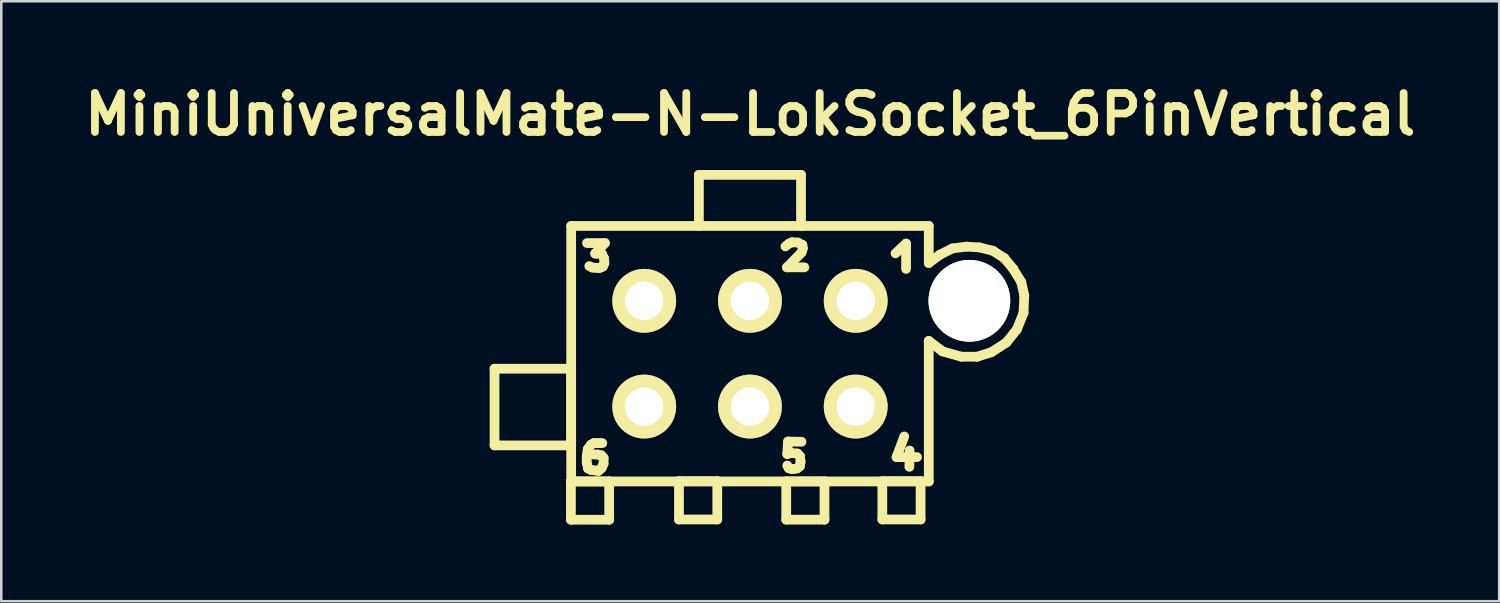
<source format=kicad_pcb>
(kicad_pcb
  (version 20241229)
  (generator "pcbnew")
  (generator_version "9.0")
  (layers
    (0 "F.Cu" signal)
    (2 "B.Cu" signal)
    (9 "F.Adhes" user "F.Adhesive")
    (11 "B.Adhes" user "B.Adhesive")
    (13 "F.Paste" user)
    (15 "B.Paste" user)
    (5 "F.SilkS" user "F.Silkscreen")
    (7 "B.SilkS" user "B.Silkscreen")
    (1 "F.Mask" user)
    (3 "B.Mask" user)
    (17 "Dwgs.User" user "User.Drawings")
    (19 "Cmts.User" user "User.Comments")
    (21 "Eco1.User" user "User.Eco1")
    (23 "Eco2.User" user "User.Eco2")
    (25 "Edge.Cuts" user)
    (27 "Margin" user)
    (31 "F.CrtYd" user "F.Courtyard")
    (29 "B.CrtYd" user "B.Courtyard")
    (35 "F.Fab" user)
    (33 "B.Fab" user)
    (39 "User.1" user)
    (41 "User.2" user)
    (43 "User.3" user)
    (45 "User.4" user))
  (footprint "MiniUniversalMate-N-LokSocket_6PinVertical"
    (layer "F.Cu")
    (at 26.311 10.797)
    (property "Reference" "MiniUniversalMate-N-LokSocket_6PinVertical" (at 0.01 -9.37 0) (layer "F.SilkS") (effects (font (size 1.524 1.524) (thickness 0.305))))
    (attr through_hole)
    (fp_line (start -10 0.589) (end -7 0.589) (stroke (width 0.381) (type solid)) (layer "F.SilkS"))
    (fp_line (start -10 3.589) (end -10 0.589) (stroke (width 0.381) (type solid)) (layer "F.SilkS"))
    (fp_line (start -7.01 5.001) (end -5.512 5.001) (stroke (width 0.381) (type solid)) (layer "F.SilkS"))
    (fp_line (start -7.01 6.5) (end -7.01 5.001) (stroke (width 0.381) (type solid)) (layer "F.SilkS"))
    (fp_line (start -7 -5.001) (end 7 -5.001) (stroke (width 0.381) (type solid)) (layer "F.SilkS"))
    (fp_line (start -7 0.589) (end -7 3.589) (stroke (width 0.381) (type solid)) (layer "F.SilkS"))
    (fp_line (start -7 3.589) (end -10 3.589) (stroke (width 0.381) (type solid)) (layer "F.SilkS"))
    (fp_line (start -7 5.001) (end -7 -5.001) (stroke (width 0.381) (type solid)) (layer "F.SilkS"))
    (fp_line (start -6.391 4.011) (end -6.391 4.27) (stroke (width 0.381) (type solid)) (layer "F.SilkS"))
    (fp_line (start -6.391 4.27) (end -6.34 4.491) (stroke (width 0.381) (type solid)) (layer "F.SilkS"))
    (fp_line (start -6.38 -4.331) (end -5.679 -4.331) (stroke (width 0.381) (type solid)) (layer "F.SilkS"))
    (fp_line (start -6.35 3.739) (end -6.391 4.011) (stroke (width 0.381) (type solid)) (layer "F.SilkS"))
    (fp_line (start -6.34 4.491) (end -6.22 4.549) (stroke (width 0.381) (type solid)) (layer "F.SilkS"))
    (fp_line (start -6.22 3.561) (end -6.35 3.739) (stroke (width 0.381) (type solid)) (layer "F.SilkS"))
    (fp_line (start -6.22 4.549) (end -5.941 4.59) (stroke (width 0.381) (type solid)) (layer "F.SilkS"))
    (fp_line (start -6.16 -3.371) (end -6.289 -3.429) (stroke (width 0.381) (type solid)) (layer "F.SilkS"))
    (fp_line (start -6.111 3.5) (end -6.22 3.561) (stroke (width 0.381) (type solid)) (layer "F.SilkS"))
    (fp_line (start -6.06 -3.919) (end -5.791 -3.899) (stroke (width 0.381) (type solid)) (layer "F.SilkS"))
    (fp_line (start -5.989 -3.36) (end -6.16 -3.371) (stroke (width 0.381) (type solid)) (layer "F.SilkS"))
    (fp_line (start -5.951 3.95) (end -6.2 3.94) (stroke (width 0.381) (type solid)) (layer "F.SilkS"))
    (fp_line (start -5.941 4.59) (end -5.809 4.481) (stroke (width 0.381) (type solid)) (layer "F.SilkS"))
    (fp_line (start -5.88 -3.36) (end -5.989 -3.36) (stroke (width 0.381) (type solid)) (layer "F.SilkS"))
    (fp_line (start -5.88 3.5) (end -6.111 3.5) (stroke (width 0.381) (type solid)) (layer "F.SilkS"))
    (fp_line (start -5.819 3.98) (end -5.951 3.95) (stroke (width 0.381) (type solid)) (layer "F.SilkS"))
    (fp_line (start -5.809 4.481) (end -5.73 4.3) (stroke (width 0.381) (type solid)) (layer "F.SilkS"))
    (fp_line (start -5.791 -3.899) (end -5.71 -3.731) (stroke (width 0.381) (type solid)) (layer "F.SilkS"))
    (fp_line (start -5.781 3.5) (end -5.88 3.5) (stroke (width 0.381) (type solid)) (layer "F.SilkS"))
    (fp_line (start -5.761 -3.411) (end -5.88 -3.36) (stroke (width 0.381) (type solid)) (layer "F.SilkS"))
    (fp_line (start -5.73 4.079) (end -5.819 3.98) (stroke (width 0.381) (type solid)) (layer "F.SilkS"))
    (fp_line (start -5.73 4.3) (end -5.73 4.079) (stroke (width 0.381) (type solid)) (layer "F.SilkS"))
    (fp_line (start -5.71 -3.731) (end -5.7 -3.541) (stroke (width 0.381) (type solid)) (layer "F.SilkS"))
    (fp_line (start -5.7 -3.541) (end -5.761 -3.411) (stroke (width 0.381) (type solid)) (layer "F.SilkS"))
    (fp_line (start -5.679 -4.331) (end -6.06 -3.919) (stroke (width 0.381) (type solid)) (layer "F.SilkS"))
    (fp_line (start -5.512 5.001) (end -5.512 6.5) (stroke (width 0.381) (type solid)) (layer "F.SilkS"))
    (fp_line (start -5.512 6.5) (end -7.01 6.5) (stroke (width 0.381) (type solid)) (layer "F.SilkS"))
    (fp_line (start -2.779 4.991) (end -1.28 4.991) (stroke (width 0.381) (type solid)) (layer "F.SilkS"))
    (fp_line (start -2.779 6.49) (end -2.779 4.991) (stroke (width 0.381) (type solid)) (layer "F.SilkS"))
    (fp_line (start -1.999 -7) (end -1.999 -5.001) (stroke (width 0.381) (type solid)) (layer "F.SilkS"))
    (fp_line (start -1.28 4.991) (end -1.28 6.49) (stroke (width 0.381) (type solid)) (layer "F.SilkS"))
    (fp_line (start -1.28 6.49) (end -2.779 6.49) (stroke (width 0.381) (type solid)) (layer "F.SilkS"))
    (fp_line (start 1.389 -4.201) (end 1.529 -4.31) (stroke (width 0.381) (type solid)) (layer "F.SilkS"))
    (fp_line (start 1.42 4.999) (end 2.918 4.999) (stroke (width 0.381) (type solid)) (layer "F.SilkS"))
    (fp_line (start 1.42 6.497) (end 1.42 4.999) (stroke (width 0.381) (type solid)) (layer "F.SilkS"))
    (fp_line (start 1.45 -3.381) (end 2.131 -3.381) (stroke (width 0.381) (type solid)) (layer "F.SilkS"))
    (fp_line (start 1.46 3.929) (end 1.61 3.889) (stroke (width 0.381) (type solid)) (layer "F.SilkS"))
    (fp_line (start 1.491 3.439) (end 1.46 3.929) (stroke (width 0.381) (type solid)) (layer "F.SilkS"))
    (fp_line (start 1.519 4.481) (end 1.46 4.379) (stroke (width 0.381) (type solid)) (layer "F.SilkS"))
    (fp_line (start 1.529 -4.31) (end 1.641 -4.361) (stroke (width 0.381) (type solid)) (layer "F.SilkS"))
    (fp_line (start 1.61 3.889) (end 1.859 3.909) (stroke (width 0.381) (type solid)) (layer "F.SilkS"))
    (fp_line (start 1.621 4.511) (end 1.519 4.481) (stroke (width 0.381) (type solid)) (layer "F.SilkS"))
    (fp_line (start 1.641 -4.361) (end 1.88 -4.351) (stroke (width 0.381) (type solid)) (layer "F.SilkS"))
    (fp_line (start 1.679 4.521) (end 1.621 4.511) (stroke (width 0.381) (type solid)) (layer "F.SilkS"))
    (fp_line (start 1.849 4.491) (end 1.679 4.521) (stroke (width 0.381) (type solid)) (layer "F.SilkS"))
    (fp_line (start 1.859 3.909) (end 1.961 4.021) (stroke (width 0.381) (type solid)) (layer "F.SilkS"))
    (fp_line (start 1.88 -4.351) (end 2.05 -4.26) (stroke (width 0.381) (type solid)) (layer "F.SilkS"))
    (fp_line (start 1.951 4.409) (end 1.849 4.491) (stroke (width 0.381) (type solid)) (layer "F.SilkS"))
    (fp_line (start 1.961 4.021) (end 1.981 4.229) (stroke (width 0.381) (type solid)) (layer "F.SilkS"))
    (fp_line (start 1.981 4.229) (end 1.951 4.409) (stroke (width 0.381) (type solid)) (layer "F.SilkS"))
    (fp_line (start 1.999 -7) (end -1.999 -7) (stroke (width 0.381) (type solid)) (layer "F.SilkS"))
    (fp_line (start 1.999 -5.001) (end 1.999 -7) (stroke (width 0.381) (type solid)) (layer "F.SilkS"))
    (fp_line (start 2.019 -3.96) (end 1.45 -3.381) (stroke (width 0.381) (type solid)) (layer "F.SilkS"))
    (fp_line (start 2.019 3.449) (end 1.491 3.439) (stroke (width 0.381) (type solid)) (layer "F.SilkS"))
    (fp_line (start 2.05 -4.26) (end 2.07 -4.13) (stroke (width 0.381) (type solid)) (layer "F.SilkS"))
    (fp_line (start 2.07 -4.13) (end 2.019 -3.96) (stroke (width 0.381) (type solid)) (layer "F.SilkS"))
    (fp_line (start 2.918 4.999) (end 2.918 6.497) (stroke (width 0.381) (type solid)) (layer "F.SilkS"))
    (fp_line (start 2.918 6.497) (end 1.42 6.497) (stroke (width 0.381) (type solid)) (layer "F.SilkS"))
    (fp_line (start 5.182 4.991) (end 6.68 4.991) (stroke (width 0.381) (type solid)) (layer "F.SilkS"))
    (fp_line (start 5.182 6.49) (end 5.182 4.991) (stroke (width 0.381) (type solid)) (layer "F.SilkS"))
    (fp_line (start 5.7 -3.929) (end 6.111 -4.31) (stroke (width 0.381) (type solid)) (layer "F.SilkS"))
    (fp_line (start 5.74 4.049) (end 6.54 4.049) (stroke (width 0.381) (type solid)) (layer "F.SilkS"))
    (fp_line (start 6.04 3.241) (end 5.74 4.049) (stroke (width 0.381) (type solid)) (layer "F.SilkS"))
    (fp_line (start 6.111 -4.31) (end 6.111 -3.32) (stroke (width 0.381) (type solid)) (layer "F.SilkS"))
    (fp_line (start 6.241 4.43) (end 6.251 3.79) (stroke (width 0.381) (type solid)) (layer "F.SilkS"))
    (fp_line (start 6.68 4.991) (end 6.68 6.49) (stroke (width 0.381) (type solid)) (layer "F.SilkS"))
    (fp_line (start 6.68 6.49) (end 5.182 6.49) (stroke (width 0.381) (type solid)) (layer "F.SilkS"))
    (fp_line (start 7 -5.001) (end 7 -3.551) (stroke (width 0.381) (type solid)) (layer "F.SilkS"))
    (fp_line (start 7 -0.5) (end 7.541 -0.089) (stroke (width 0.381) (type solid)) (layer "F.SilkS"))
    (fp_line (start 7 5.001) (end -7 5.001) (stroke (width 0.381) (type solid)) (layer "F.SilkS"))
    (fp_line (start 7 5.001) (end 7 -0.5) (stroke (width 0.381) (type solid)) (layer "F.SilkS"))
    (fp_line (start 7.429 -3.871) (end 7 -3.551) (stroke (width 0.381) (type solid)) (layer "F.SilkS"))
    (fp_line (start 7.541 -0.089) (end 8.28 0.119) (stroke (width 0.381) (type solid)) (layer "F.SilkS"))
    (fp_line (start 7.92 -4.12) (end 7.429 -3.871) (stroke (width 0.381) (type solid)) (layer "F.SilkS"))
    (fp_line (start 8.28 0.119) (end 8.89 0.119) (stroke (width 0.381) (type solid)) (layer "F.SilkS"))
    (fp_line (start 8.471 -4.191) (end 7.92 -4.12) (stroke (width 0.381) (type solid)) (layer "F.SilkS"))
    (fp_line (start 8.89 0.119) (end 9.459 -0.061) (stroke (width 0.381) (type solid)) (layer "F.SilkS"))
    (fp_line (start 8.979 -4.161) (end 8.471 -4.191) (stroke (width 0.381) (type solid)) (layer "F.SilkS"))
    (fp_line (start 9.459 -0.061) (end 10.041 -0.439) (stroke (width 0.381) (type solid)) (layer "F.SilkS"))
    (fp_line (start 9.51 -4.031) (end 8.979 -4.161) (stroke (width 0.381) (type solid)) (layer "F.SilkS"))
    (fp_line (start 9.959 -3.739) (end 9.51 -4.031) (stroke (width 0.381) (type solid)) (layer "F.SilkS"))
    (fp_line (start 10.041 -0.439) (end 10.45 -0.95) (stroke (width 0.381) (type solid)) (layer "F.SilkS"))
    (fp_line (start 10.3 -3.33) (end 9.959 -3.739) (stroke (width 0.381) (type solid)) (layer "F.SilkS"))
    (fp_line (start 10.45 -0.95) (end 10.711 -1.6) (stroke (width 0.381) (type solid)) (layer "F.SilkS"))
    (fp_line (start 10.62 -2.809) (end 10.3 -3.33) (stroke (width 0.381) (type solid)) (layer "F.SilkS"))
    (fp_line (start 10.711 -1.6) (end 10.739 -2.281) (stroke (width 0.381) (type solid)) (layer "F.SilkS"))
    (fp_line (start 10.739 -2.281) (end 10.62 -2.809) (stroke (width 0.381) (type solid)) (layer "F.SilkS"))
    (pad "" np_thru_hole circle (at 8.59 -2.07) (size 3.2 3.2) (drill 3.2) (layers "*.Cu" "*.Mask" "F.SilkS"))
    (pad "1" thru_hole circle (at 4.14 -2.07) (size 2.499 2.499) (drill 1.501) (layers "*.Cu" "*.Mask" "F.SilkS"))
    (pad "2" thru_hole circle (at 0 -2.07) (size 2.499 2.499) (drill 1.501) (layers "*.Cu" "*.Mask" "F.SilkS"))
    (pad "3" thru_hole circle (at -4.14 -2.07) (size 2.499 2.499) (drill 1.501) (layers "*.Cu" "*.Mask" "F.SilkS"))
    (pad "4" thru_hole circle (at 4.14 2.07) (size 2.499 2.499) (drill 1.501) (layers "*.Cu" "*.Mask" "F.SilkS"))
    (pad "5" thru_hole circle (at 0 2.07) (size 2.499 2.499) (drill 1.501) (layers "*.Cu" "*.Mask" "F.SilkS"))
    (pad "6" thru_hole circle (at -4.14 2.07) (size 2.499 2.499) (drill 1.501) (layers "*.Cu" "*.Mask" "F.SilkS")))
  (gr_rect
    (start -3 -3)
    (end 55.643 20.487)
    (stroke (width 0.1) (type default))
    (fill no)
    (layer "Edge.Cuts")))
</source>
